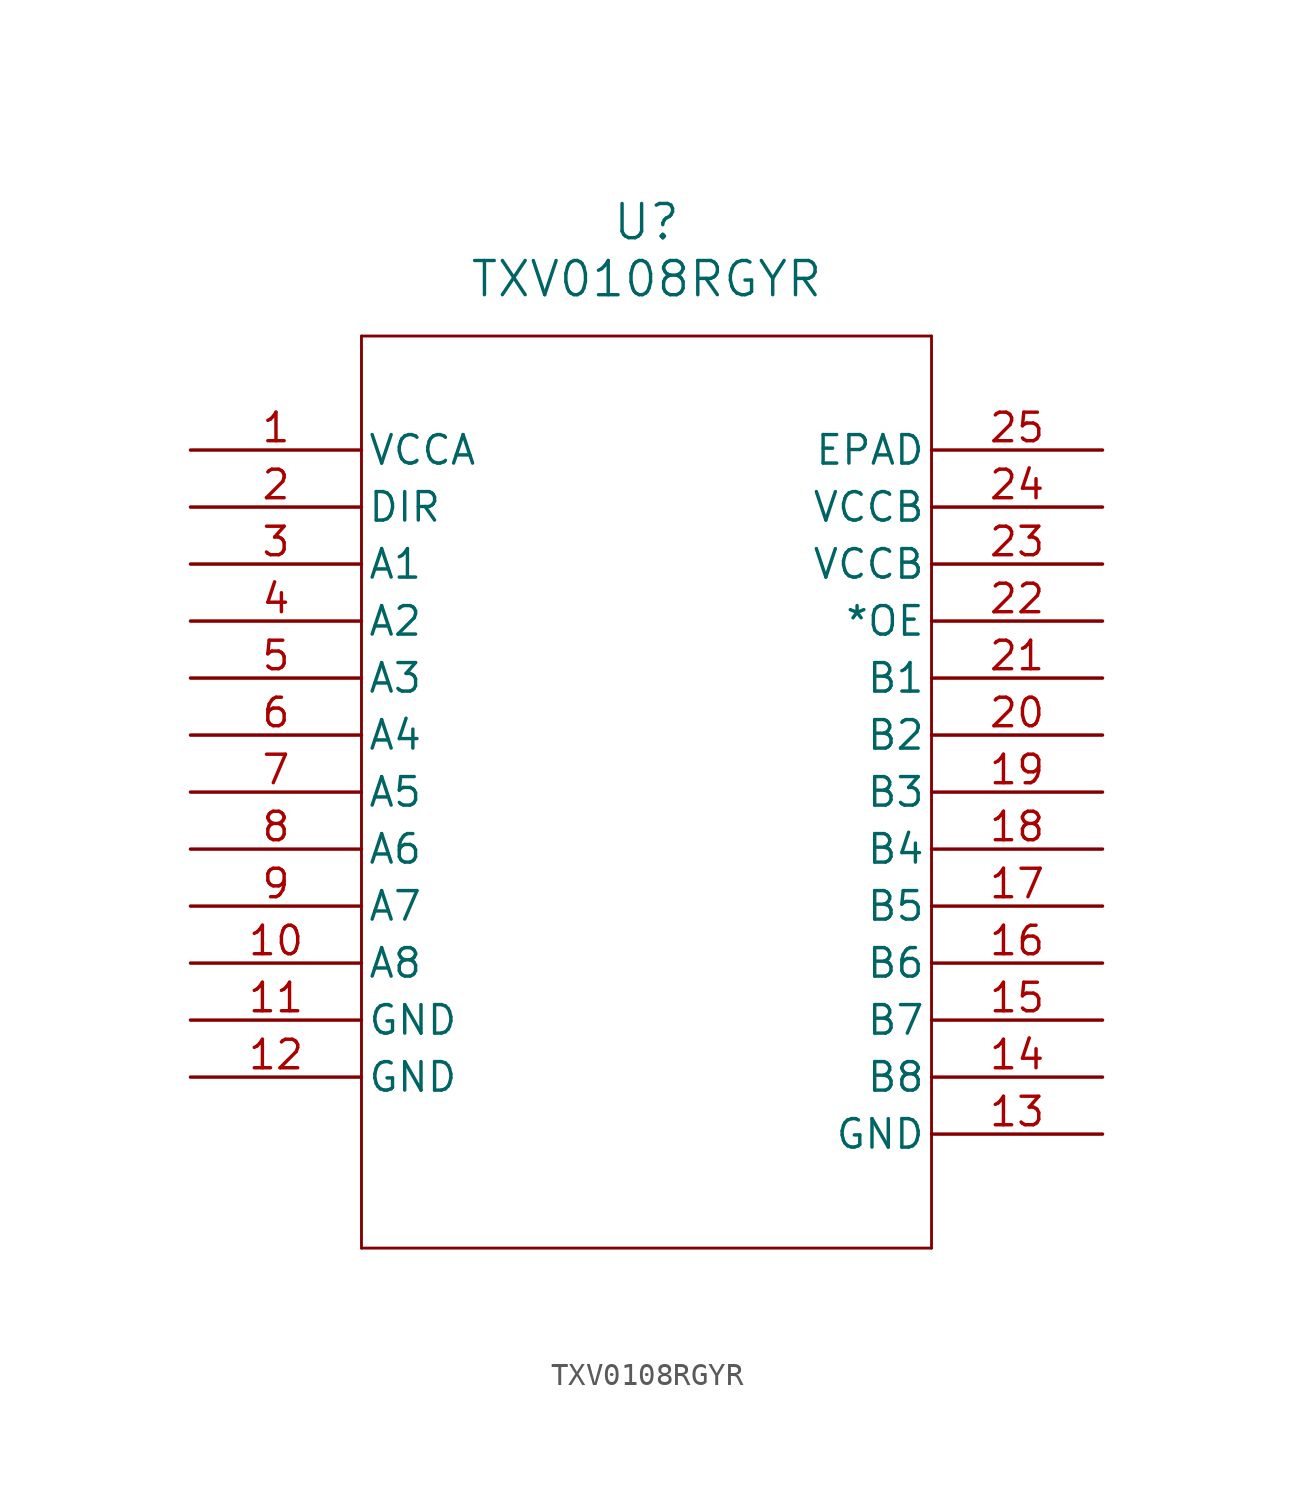
<source format=kicad_sym>
(kicad_symbol_lib
  (version 20211014)
  (generator kicad_symbol_editor)
  (symbol "TXV0108RGYR"
    (pin_names
      (offset 0.254))
    (property "Reference" "U"
      (at 20.32 10.16 0)
      (effects (font (size 1.524 1.524))))
    (property "Value" "TXV0108RGYR"
      (at 20.32 7.62 0)
      (effects (font (size 1.524 1.524))))
    (symbol "TXV0108RGYR_0_1"
      (polyline (pts (xy 7.62 5.08) (xy 7.62 -35.56)) (stroke (width 0.127) (type default) (color 0 0 0 0)) (fill (type none)))
      (polyline (pts (xy 7.62 -35.56) (xy 33.02 -35.56)) (stroke (width 0.127) (type default) (color 0 0 0 0)) (fill (type none)))
      (polyline (pts (xy 33.02 -35.56) (xy 33.02 5.08)) (stroke (width 0.127) (type default) (color 0 0 0 0)) (fill (type none)))
      (polyline (pts (xy 33.02 5.08) (xy 7.62 5.08)) (stroke (width 0.127) (type default) (color 0 0 0 0)) (fill (type none)))
      (pin power_in line (at 0 0 0) (length 7.62) (name "VCCA" (effects (font (size 1.27 1.27)))) (number "1" (effects (font (size 1.27 1.27)))))
      (pin input line (at 0 -2.54 0) (length 7.62) (name "DIR" (effects (font (size 1.27 1.27)))) (number "2" (effects (font (size 1.27 1.27)))))
      (pin bidirectional line (at 0 -5.08 0) (length 7.62) (name "A1" (effects (font (size 1.27 1.27)))) (number "3" (effects (font (size 1.27 1.27)))))
      (pin bidirectional line (at 0 -7.62 0) (length 7.62) (name "A2" (effects (font (size 1.27 1.27)))) (number "4" (effects (font (size 1.27 1.27)))))
      (pin bidirectional line (at 0 -10.16 0) (length 7.62) (name "A3" (effects (font (size 1.27 1.27)))) (number "5" (effects (font (size 1.27 1.27)))))
      (pin bidirectional line (at 0 -12.7 0) (length 7.62) (name "A4" (effects (font (size 1.27 1.27)))) (number "6" (effects (font (size 1.27 1.27)))))
      (pin bidirectional line (at 0 -15.24 0) (length 7.62) (name "A5" (effects (font (size 1.27 1.27)))) (number "7" (effects (font (size 1.27 1.27)))))
      (pin bidirectional line (at 0 -17.78 0) (length 7.62) (name "A6" (effects (font (size 1.27 1.27)))) (number "8" (effects (font (size 1.27 1.27)))))
      (pin bidirectional line (at 0 -20.32 0) (length 7.62) (name "A7" (effects (font (size 1.27 1.27)))) (number "9" (effects (font (size 1.27 1.27)))))
      (pin bidirectional line (at 0 -22.86 0) (length 7.62) (name "A8" (effects (font (size 1.27 1.27)))) (number "10" (effects (font (size 1.27 1.27)))))
      (pin power_out line (at 0 -25.4 0) (length 7.62) (name "GND" (effects (font (size 1.27 1.27)))) (number "11" (effects (font (size 1.27 1.27)))))
      (pin power_out line (at 0 -27.94 0) (length 7.62) (name "GND" (effects (font (size 1.27 1.27)))) (number "12" (effects (font (size 1.27 1.27)))))
      (pin power_out line (at 40.64 -30.48 180) (length 7.62) (name "GND" (effects (font (size 1.27 1.27)))) (number "13" (effects (font (size 1.27 1.27)))))
      (pin bidirectional line (at 40.64 -27.94 180) (length 7.62) (name "B8" (effects (font (size 1.27 1.27)))) (number "14" (effects (font (size 1.27 1.27)))))
      (pin bidirectional line (at 40.64 -25.4 180) (length 7.62) (name "B7" (effects (font (size 1.27 1.27)))) (number "15" (effects (font (size 1.27 1.27)))))
      (pin bidirectional line (at 40.64 -22.86 180) (length 7.62) (name "B6" (effects (font (size 1.27 1.27)))) (number "16" (effects (font (size 1.27 1.27)))))
      (pin bidirectional line (at 40.64 -20.32 180) (length 7.62) (name "B5" (effects (font (size 1.27 1.27)))) (number "17" (effects (font (size 1.27 1.27)))))
      (pin bidirectional line (at 40.64 -17.78 180) (length 7.62) (name "B4" (effects (font (size 1.27 1.27)))) (number "18" (effects (font (size 1.27 1.27)))))
      (pin bidirectional line (at 40.64 -15.24 180) (length 7.62) (name "B3" (effects (font (size 1.27 1.27)))) (number "19" (effects (font (size 1.27 1.27)))))
      (pin bidirectional line (at 40.64 -12.7 180) (length 7.62) (name "B2" (effects (font (size 1.27 1.27)))) (number "20" (effects (font (size 1.27 1.27)))))
      (pin bidirectional line (at 40.64 -10.16 180) (length 7.62) (name "B1" (effects (font (size 1.27 1.27)))) (number "21" (effects (font (size 1.27 1.27)))))
      (pin input line (at 40.64 -7.62 180) (length 7.62) (name "*OE" (effects (font (size 1.27 1.27)))) (number "22" (effects (font (size 1.27 1.27)))))
      (pin power_in line (at 40.64 -5.08 180) (length 7.62) (name "VCCB" (effects (font (size 1.27 1.27)))) (number "23" (effects (font (size 1.27 1.27)))))
      (pin power_in line (at 40.64 -2.54 180) (length 7.62) (name "VCCB" (effects (font (size 1.27 1.27)))) (number "24" (effects (font (size 1.27 1.27)))))
      (pin unspecified line (at 40.64 0 180) (length 7.62) (name "EPAD" (effects (font (size 1.27 1.27)))) (number "25" (effects (font (size 1.27 1.27))))))))
</source>
